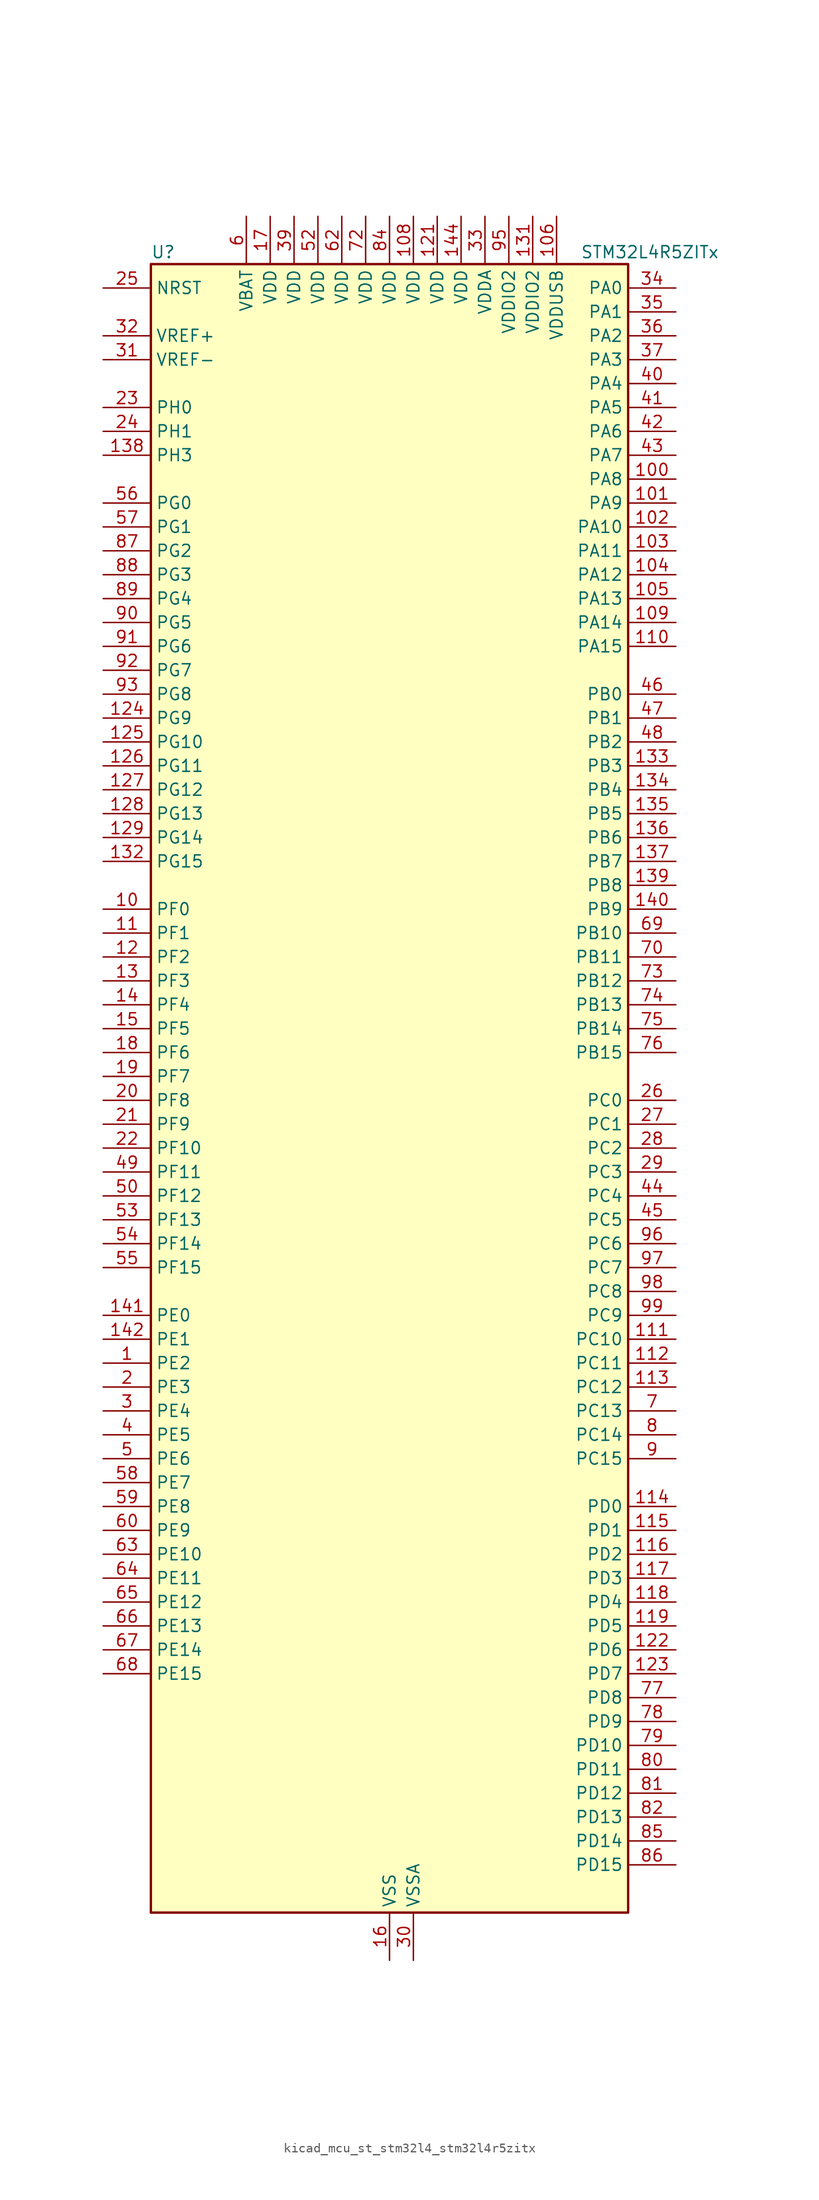
<source format=kicad_sym>
(kicad_symbol_lib
  (version 20220914)
  (generator kicad_symbol_editor)
  (symbol "kicad_mcu_st_stm32l4_stm32l4r5zitx"
    (property "Reference" "U"
      (at -25.4 90.17 0)
      (effects (font (size 1.27 1.27)) (justify left)))
    (property "Value" "STM32L4R5ZITx"
      (at 20.32 90.17 0)
      (effects (font (size 1.27 1.27)) (justify left)))
    (property "ki_locked" ""
      (at 0 0 0)
      (effects (font (size 1.27 1.27))))
    (symbol "kicad_mcu_st_stm32l4_stm32l4r5zitx_0_1"
      (rectangle (start -25.4 -86.36) (end 25.4 88.9) (stroke (width 0.254) (type default)) (fill (type background))))
    (symbol "kicad_mcu_st_stm32l4_stm32l4r5zitx_1_1"
      (pin bidirectional line (at -30.48 -27.94 0) (length 5.08) (name "PE2" (effects (font (size 1.27 1.27)))) (number "1" (effects (font (size 1.27 1.27)))) (alternate "FMC_A23" bidirectional line) (alternate "SAI1_CK1" bidirectional line) (alternate "SAI1_MCLK_A" bidirectional line) (alternate "SYS_TRACECLK" bidirectional line) (alternate "TIM3_ETR" bidirectional line) (alternate "TSC_G7_IO1" bidirectional line))
      (pin bidirectional line (at -30.48 20.32 0) (length 5.08) (name "PF0" (effects (font (size 1.27 1.27)))) (number "10" (effects (font (size 1.27 1.27)))) (alternate "FMC_A0" bidirectional line) (alternate "I2C2_SDA" bidirectional line) (alternate "OCTOSPIM_P2_IO0" bidirectional line))
      (pin bidirectional line (at 30.48 66.04 180) (length 5.08) (name "PA8" (effects (font (size 1.27 1.27)))) (number "100" (effects (font (size 1.27 1.27)))) (alternate "LPTIM2_OUT" bidirectional line) (alternate "RCC_MCO" bidirectional line) (alternate "SAI1_CK2" bidirectional line) (alternate "SAI1_SCK_A" bidirectional line) (alternate "TIM1_CH1" bidirectional line) (alternate "USART1_CK" bidirectional line) (alternate "USB_OTG_FS_SOF" bidirectional line))
      (pin bidirectional line (at 30.48 63.5 180) (length 5.08) (name "PA9" (effects (font (size 1.27 1.27)))) (number "101" (effects (font (size 1.27 1.27)))) (alternate "DAC1_EXTI9" bidirectional line) (alternate "DCMI_D0" bidirectional line) (alternate "SAI1_FS_A" bidirectional line) (alternate "SPI2_SCK" bidirectional line) (alternate "TIM15_BKIN" bidirectional line) (alternate "TIM1_CH2" bidirectional line) (alternate "USART1_TX" bidirectional line) (alternate "USB_OTG_FS_VBUS" bidirectional line))
      (pin bidirectional line (at 30.48 60.96 180) (length 5.08) (name "PA10" (effects (font (size 1.27 1.27)))) (number "102" (effects (font (size 1.27 1.27)))) (alternate "DCMI_D1" bidirectional line) (alternate "SAI1_D1" bidirectional line) (alternate "SAI1_SD_A" bidirectional line) (alternate "TIM17_BKIN" bidirectional line) (alternate "TIM1_CH3" bidirectional line) (alternate "USART1_RX" bidirectional line) (alternate "USB_OTG_FS_ID" bidirectional line))
      (pin bidirectional line (at 30.48 58.42 180) (length 5.08) (name "PA11" (effects (font (size 1.27 1.27)))) (number "103" (effects (font (size 1.27 1.27)))) (alternate "ADC1_EXTI11" bidirectional line) (alternate "CAN1_RX" bidirectional line) (alternate "SPI1_MISO" bidirectional line) (alternate "TIM1_BKIN2" bidirectional line) (alternate "TIM1_CH4" bidirectional line) (alternate "USART1_CTS" bidirectional line) (alternate "USART1_NSS" bidirectional line) (alternate "USB_OTG_FS_DM" bidirectional line))
      (pin bidirectional line (at 30.48 55.88 180) (length 5.08) (name "PA12" (effects (font (size 1.27 1.27)))) (number "104" (effects (font (size 1.27 1.27)))) (alternate "CAN1_TX" bidirectional line) (alternate "SPI1_MOSI" bidirectional line) (alternate "TIM1_ETR" bidirectional line) (alternate "USART1_DE" bidirectional line) (alternate "USART1_RTS" bidirectional line) (alternate "USB_OTG_FS_DP" bidirectional line))
      (pin bidirectional line (at 30.48 53.34 180) (length 5.08) (name "PA13" (effects (font (size 1.27 1.27)))) (number "105" (effects (font (size 1.27 1.27)))) (alternate "IR_OUT" bidirectional line) (alternate "SAI1_SD_B" bidirectional line) (alternate "SYS_JTMS-SWDIO" bidirectional line) (alternate "USB_OTG_FS_NOE" bidirectional line))
      (pin power_in line (at 17.78 93.98 270) (length 5.08) (name "VDDUSB" (effects (font (size 1.27 1.27)))) (number "106" (effects (font (size 1.27 1.27)))))
      (pin passive line (at 0 -91.44 90) (length 5.08) hide (name "VSS" (effects (font (size 1.27 1.27)))) (number "107" (effects (font (size 1.27 1.27)))))
      (pin power_in line (at 2.54 93.98 270) (length 5.08) (name "VDD" (effects (font (size 1.27 1.27)))) (number "108" (effects (font (size 1.27 1.27)))))
      (pin bidirectional line (at 30.48 50.8 180) (length 5.08) (name "PA14" (effects (font (size 1.27 1.27)))) (number "109" (effects (font (size 1.27 1.27)))) (alternate "I2C1_SMBA" bidirectional line) (alternate "I2C4_SMBA" bidirectional line) (alternate "LPTIM1_OUT" bidirectional line) (alternate "SAI1_FS_B" bidirectional line) (alternate "SYS_JTCK-SWCLK" bidirectional line) (alternate "USB_OTG_FS_SOF" bidirectional line))
      (pin bidirectional line (at -30.48 17.78 0) (length 5.08) (name "PF1" (effects (font (size 1.27 1.27)))) (number "11" (effects (font (size 1.27 1.27)))) (alternate "FMC_A1" bidirectional line) (alternate "I2C2_SCL" bidirectional line) (alternate "OCTOSPIM_P2_IO1" bidirectional line))
      (pin bidirectional line (at 30.48 48.26 180) (length 5.08) (name "PA15" (effects (font (size 1.27 1.27)))) (number "110" (effects (font (size 1.27 1.27)))) (alternate "ADC1_EXTI15" bidirectional line) (alternate "SAI2_FS_B" bidirectional line) (alternate "SPI1_NSS" bidirectional line) (alternate "SPI3_NSS" bidirectional line) (alternate "SYS_JTDI" bidirectional line) (alternate "TIM2_CH1" bidirectional line) (alternate "TIM2_ETR" bidirectional line) (alternate "TSC_G3_IO1" bidirectional line) (alternate "UART4_DE" bidirectional line) (alternate "UART4_RTS" bidirectional line) (alternate "USART2_RX" bidirectional line) (alternate "USART3_DE" bidirectional line) (alternate "USART3_RTS" bidirectional line))
      (pin bidirectional line (at 30.48 -25.4 180) (length 5.08) (name "PC10" (effects (font (size 1.27 1.27)))) (number "111" (effects (font (size 1.27 1.27)))) (alternate "DCMI_D8" bidirectional line) (alternate "SAI2_SCK_B" bidirectional line) (alternate "SDMMC1_D2" bidirectional line) (alternate "SPI3_SCK" bidirectional line) (alternate "SYS_TRACED1" bidirectional line) (alternate "TSC_G3_IO2" bidirectional line) (alternate "UART4_TX" bidirectional line) (alternate "USART3_TX" bidirectional line))
      (pin bidirectional line (at 30.48 -27.94 180) (length 5.08) (name "PC11" (effects (font (size 1.27 1.27)))) (number "112" (effects (font (size 1.27 1.27)))) (alternate "ADC1_EXTI11" bidirectional line) (alternate "DCMI_D2" bidirectional line) (alternate "DCMI_D4" bidirectional line) (alternate "OCTOSPIM_P1_NCS" bidirectional line) (alternate "SAI2_MCLK_B" bidirectional line) (alternate "SDMMC1_D3" bidirectional line) (alternate "SPI3_MISO" bidirectional line) (alternate "TSC_G3_IO3" bidirectional line) (alternate "UART4_RX" bidirectional line) (alternate "USART3_RX" bidirectional line))
      (pin bidirectional line (at 30.48 -30.48 180) (length 5.08) (name "PC12" (effects (font (size 1.27 1.27)))) (number "113" (effects (font (size 1.27 1.27)))) (alternate "DCMI_D9" bidirectional line) (alternate "SAI2_SD_B" bidirectional line) (alternate "SDMMC1_CK" bidirectional line) (alternate "SPI3_MOSI" bidirectional line) (alternate "SYS_TRACED3" bidirectional line) (alternate "TSC_G3_IO4" bidirectional line) (alternate "UART5_TX" bidirectional line) (alternate "USART3_CK" bidirectional line))
      (pin bidirectional line (at 30.48 -43.18 180) (length 5.08) (name "PD0" (effects (font (size 1.27 1.27)))) (number "114" (effects (font (size 1.27 1.27)))) (alternate "CAN1_RX" bidirectional line) (alternate "DFSDM1_DATIN7" bidirectional line) (alternate "FMC_D2" bidirectional line) (alternate "FMC_DA2" bidirectional line) (alternate "SPI2_NSS" bidirectional line))
      (pin bidirectional line (at 30.48 -45.72 180) (length 5.08) (name "PD1" (effects (font (size 1.27 1.27)))) (number "115" (effects (font (size 1.27 1.27)))) (alternate "CAN1_TX" bidirectional line) (alternate "DFSDM1_CKIN7" bidirectional line) (alternate "FMC_D3" bidirectional line) (alternate "FMC_DA3" bidirectional line) (alternate "SPI2_SCK" bidirectional line))
      (pin bidirectional line (at 30.48 -48.26 180) (length 5.08) (name "PD2" (effects (font (size 1.27 1.27)))) (number "116" (effects (font (size 1.27 1.27)))) (alternate "DCMI_D11" bidirectional line) (alternate "SDMMC1_CMD" bidirectional line) (alternate "SYS_TRACED2" bidirectional line) (alternate "TIM3_ETR" bidirectional line) (alternate "TSC_SYNC" bidirectional line) (alternate "UART5_RX" bidirectional line) (alternate "USART3_DE" bidirectional line) (alternate "USART3_RTS" bidirectional line))
      (pin bidirectional line (at 30.48 -50.8 180) (length 5.08) (name "PD3" (effects (font (size 1.27 1.27)))) (number "117" (effects (font (size 1.27 1.27)))) (alternate "DCMI_D5" bidirectional line) (alternate "DFSDM1_DATIN0" bidirectional line) (alternate "FMC_CLK" bidirectional line) (alternate "OCTOSPIM_P2_NCS" bidirectional line) (alternate "SPI2_MISO" bidirectional line) (alternate "SPI2_SCK" bidirectional line) (alternate "USART2_CTS" bidirectional line) (alternate "USART2_NSS" bidirectional line))
      (pin bidirectional line (at 30.48 -53.34 180) (length 5.08) (name "PD4" (effects (font (size 1.27 1.27)))) (number "118" (effects (font (size 1.27 1.27)))) (alternate "DFSDM1_CKIN0" bidirectional line) (alternate "FMC_NOE" bidirectional line) (alternate "OCTOSPIM_P1_IO4" bidirectional line) (alternate "SPI2_MOSI" bidirectional line) (alternate "USART2_DE" bidirectional line) (alternate "USART2_RTS" bidirectional line))
      (pin bidirectional line (at 30.48 -55.88 180) (length 5.08) (name "PD5" (effects (font (size 1.27 1.27)))) (number "119" (effects (font (size 1.27 1.27)))) (alternate "FMC_NWE" bidirectional line) (alternate "OCTOSPIM_P1_IO5" bidirectional line) (alternate "USART2_TX" bidirectional line))
      (pin bidirectional line (at -30.48 15.24 0) (length 5.08) (name "PF2" (effects (font (size 1.27 1.27)))) (number "12" (effects (font (size 1.27 1.27)))) (alternate "FMC_A2" bidirectional line) (alternate "I2C2_SMBA" bidirectional line) (alternate "OCTOSPIM_P2_IO2" bidirectional line))
      (pin passive line (at 0 -91.44 90) (length 5.08) hide (name "VSS" (effects (font (size 1.27 1.27)))) (number "120" (effects (font (size 1.27 1.27)))))
      (pin power_in line (at 5.08 93.98 270) (length 5.08) (name "VDD" (effects (font (size 1.27 1.27)))) (number "121" (effects (font (size 1.27 1.27)))))
      (pin bidirectional line (at 30.48 -58.42 180) (length 5.08) (name "PD6" (effects (font (size 1.27 1.27)))) (number "122" (effects (font (size 1.27 1.27)))) (alternate "DCMI_D10" bidirectional line) (alternate "DFSDM1_DATIN1" bidirectional line) (alternate "FMC_NWAIT" bidirectional line) (alternate "OCTOSPIM_P1_IO6" bidirectional line) (alternate "SAI1_D1" bidirectional line) (alternate "SAI1_SD_A" bidirectional line) (alternate "SPI3_MOSI" bidirectional line) (alternate "USART2_RX" bidirectional line))
      (pin bidirectional line (at 30.48 -60.96 180) (length 5.08) (name "PD7" (effects (font (size 1.27 1.27)))) (number "123" (effects (font (size 1.27 1.27)))) (alternate "DFSDM1_CKIN1" bidirectional line) (alternate "FMC_NCE" bidirectional line) (alternate "FMC_NE1" bidirectional line) (alternate "OCTOSPIM_P1_IO7" bidirectional line) (alternate "USART2_CK" bidirectional line))
      (pin bidirectional line (at -30.48 40.64 0) (length 5.08) (name "PG9" (effects (font (size 1.27 1.27)))) (number "124" (effects (font (size 1.27 1.27)))) (alternate "DAC1_EXTI9" bidirectional line) (alternate "FMC_NCE" bidirectional line) (alternate "FMC_NE2" bidirectional line) (alternate "OCTOSPIM_P2_IO6" bidirectional line) (alternate "SAI2_SCK_A" bidirectional line) (alternate "SPI3_SCK" bidirectional line) (alternate "TIM15_CH1N" bidirectional line) (alternate "USART1_TX" bidirectional line))
      (pin bidirectional line (at -30.48 38.1 0) (length 5.08) (name "PG10" (effects (font (size 1.27 1.27)))) (number "125" (effects (font (size 1.27 1.27)))) (alternate "FMC_NE3" bidirectional line) (alternate "LPTIM1_IN1" bidirectional line) (alternate "OCTOSPIM_P2_IO7" bidirectional line) (alternate "SAI2_FS_A" bidirectional line) (alternate "SPI3_MISO" bidirectional line) (alternate "TIM15_CH1" bidirectional line) (alternate "USART1_RX" bidirectional line))
      (pin bidirectional line (at -30.48 35.56 0) (length 5.08) (name "PG11" (effects (font (size 1.27 1.27)))) (number "126" (effects (font (size 1.27 1.27)))) (alternate "ADC1_EXTI11" bidirectional line) (alternate "LPTIM1_IN2" bidirectional line) (alternate "OCTOSPIM_P1_IO5" bidirectional line) (alternate "SAI2_MCLK_A" bidirectional line) (alternate "SPI3_MOSI" bidirectional line) (alternate "TIM15_CH2" bidirectional line) (alternate "USART1_CTS" bidirectional line) (alternate "USART1_NSS" bidirectional line))
      (pin bidirectional line (at -30.48 33.02 0) (length 5.08) (name "PG12" (effects (font (size 1.27 1.27)))) (number "127" (effects (font (size 1.27 1.27)))) (alternate "FMC_NE4" bidirectional line) (alternate "LPTIM1_ETR" bidirectional line) (alternate "OCTOSPIM_P2_NCS" bidirectional line) (alternate "SAI2_SD_A" bidirectional line) (alternate "SPI3_NSS" bidirectional line) (alternate "USART1_DE" bidirectional line) (alternate "USART1_RTS" bidirectional line))
      (pin bidirectional line (at -30.48 30.48 0) (length 5.08) (name "PG13" (effects (font (size 1.27 1.27)))) (number "128" (effects (font (size 1.27 1.27)))) (alternate "FMC_A24" bidirectional line) (alternate "I2C1_SDA" bidirectional line) (alternate "USART1_CK" bidirectional line))
      (pin bidirectional line (at -30.48 27.94 0) (length 5.08) (name "PG14" (effects (font (size 1.27 1.27)))) (number "129" (effects (font (size 1.27 1.27)))) (alternate "FMC_A25" bidirectional line) (alternate "I2C1_SCL" bidirectional line))
      (pin bidirectional line (at -30.48 12.7 0) (length 5.08) (name "PF3" (effects (font (size 1.27 1.27)))) (number "13" (effects (font (size 1.27 1.27)))) (alternate "FMC_A3" bidirectional line) (alternate "OCTOSPIM_P2_IO3" bidirectional line))
      (pin passive line (at 0 -91.44 90) (length 5.08) hide (name "VSS" (effects (font (size 1.27 1.27)))) (number "130" (effects (font (size 1.27 1.27)))))
      (pin power_in line (at 15.24 93.98 270) (length 5.08) (name "VDDIO2" (effects (font (size 1.27 1.27)))) (number "131" (effects (font (size 1.27 1.27)))))
      (pin bidirectional line (at -30.48 25.4 0) (length 5.08) (name "PG15" (effects (font (size 1.27 1.27)))) (number "132" (effects (font (size 1.27 1.27)))) (alternate "ADC1_EXTI15" bidirectional line) (alternate "DCMI_D13" bidirectional line) (alternate "I2C1_SMBA" bidirectional line) (alternate "LPTIM1_OUT" bidirectional line) (alternate "OCTOSPIM_P2_DQS" bidirectional line))
      (pin bidirectional line (at 30.48 35.56 180) (length 5.08) (name "PB3" (effects (font (size 1.27 1.27)))) (number "133" (effects (font (size 1.27 1.27)))) (alternate "COMP2_INM" bidirectional line) (alternate "CRS_SYNC" bidirectional line) (alternate "SAI1_SCK_B" bidirectional line) (alternate "SPI1_SCK" bidirectional line) (alternate "SPI3_SCK" bidirectional line) (alternate "SYS_JTDO-SWO" bidirectional line) (alternate "TIM2_CH2" bidirectional line) (alternate "USART1_DE" bidirectional line) (alternate "USART1_RTS" bidirectional line))
      (pin bidirectional line (at 30.48 33.02 180) (length 5.08) (name "PB4" (effects (font (size 1.27 1.27)))) (number "134" (effects (font (size 1.27 1.27)))) (alternate "COMP2_INP" bidirectional line) (alternate "DCMI_D12" bidirectional line) (alternate "I2C3_SDA" bidirectional line) (alternate "SAI1_MCLK_B" bidirectional line) (alternate "SPI1_MISO" bidirectional line) (alternate "SPI3_MISO" bidirectional line) (alternate "SYS_JTRST" bidirectional line) (alternate "TIM17_BKIN" bidirectional line) (alternate "TIM3_CH1" bidirectional line) (alternate "TSC_G2_IO1" bidirectional line) (alternate "UART5_DE" bidirectional line) (alternate "UART5_RTS" bidirectional line) (alternate "USART1_CTS" bidirectional line) (alternate "USART1_NSS" bidirectional line))
      (pin bidirectional line (at 30.48 30.48 180) (length 5.08) (name "PB5" (effects (font (size 1.27 1.27)))) (number "135" (effects (font (size 1.27 1.27)))) (alternate "COMP2_OUT" bidirectional line) (alternate "DCMI_D10" bidirectional line) (alternate "I2C1_SMBA" bidirectional line) (alternate "LPTIM1_IN1" bidirectional line) (alternate "SAI1_SD_B" bidirectional line) (alternate "SPI1_MOSI" bidirectional line) (alternate "SPI3_MOSI" bidirectional line) (alternate "TIM16_BKIN" bidirectional line) (alternate "TIM3_CH2" bidirectional line) (alternate "TSC_G2_IO2" bidirectional line) (alternate "UART5_CTS" bidirectional line) (alternate "USART1_CK" bidirectional line))
      (pin bidirectional line (at 30.48 27.94 180) (length 5.08) (name "PB6" (effects (font (size 1.27 1.27)))) (number "136" (effects (font (size 1.27 1.27)))) (alternate "COMP2_INP" bidirectional line) (alternate "DCMI_D5" bidirectional line) (alternate "DFSDM1_DATIN5" bidirectional line) (alternate "I2C1_SCL" bidirectional line) (alternate "I2C4_SCL" bidirectional line) (alternate "LPTIM1_ETR" bidirectional line) (alternate "SAI1_FS_B" bidirectional line) (alternate "TIM16_CH1N" bidirectional line) (alternate "TIM4_CH1" bidirectional line) (alternate "TIM8_BKIN2" bidirectional line) (alternate "TSC_G2_IO3" bidirectional line) (alternate "USART1_TX" bidirectional line))
      (pin bidirectional line (at 30.48 25.4 180) (length 5.08) (name "PB7" (effects (font (size 1.27 1.27)))) (number "137" (effects (font (size 1.27 1.27)))) (alternate "COMP2_INM" bidirectional line) (alternate "DCMI_VSYNC" bidirectional line) (alternate "DFSDM1_CKIN5" bidirectional line) (alternate "FMC_NL" bidirectional line) (alternate "I2C1_SDA" bidirectional line) (alternate "I2C4_SDA" bidirectional line) (alternate "LPTIM1_IN2" bidirectional line) (alternate "SYS_PVD_IN" bidirectional line) (alternate "TIM17_CH1N" bidirectional line) (alternate "TIM4_CH2" bidirectional line) (alternate "TIM8_BKIN" bidirectional line) (alternate "TSC_G2_IO4" bidirectional line) (alternate "UART4_CTS" bidirectional line) (alternate "USART1_RX" bidirectional line))
      (pin bidirectional line (at -30.48 68.58 0) (length 5.08) (name "PH3" (effects (font (size 1.27 1.27)))) (number "138" (effects (font (size 1.27 1.27)))))
      (pin bidirectional line (at 30.48 22.86 180) (length 5.08) (name "PB8" (effects (font (size 1.27 1.27)))) (number "139" (effects (font (size 1.27 1.27)))) (alternate "CAN1_RX" bidirectional line) (alternate "DCMI_D6" bidirectional line) (alternate "DFSDM1_CKOUT" bidirectional line) (alternate "DFSDM1_DATIN6" bidirectional line) (alternate "I2C1_SCL" bidirectional line) (alternate "SAI1_CK1" bidirectional line) (alternate "SAI1_MCLK_A" bidirectional line) (alternate "SDMMC1_CKIN" bidirectional line) (alternate "SDMMC1_D4" bidirectional line) (alternate "TIM16_CH1" bidirectional line) (alternate "TIM4_CH3" bidirectional line))
      (pin bidirectional line (at -30.48 10.16 0) (length 5.08) (name "PF4" (effects (font (size 1.27 1.27)))) (number "14" (effects (font (size 1.27 1.27)))) (alternate "FMC_A4" bidirectional line) (alternate "OCTOSPIM_P2_CLK" bidirectional line))
      (pin bidirectional line (at 30.48 20.32 180) (length 5.08) (name "PB9" (effects (font (size 1.27 1.27)))) (number "140" (effects (font (size 1.27 1.27)))) (alternate "CAN1_TX" bidirectional line) (alternate "DAC1_EXTI9" bidirectional line) (alternate "DCMI_D7" bidirectional line) (alternate "DFSDM1_CKIN6" bidirectional line) (alternate "I2C1_SDA" bidirectional line) (alternate "IR_OUT" bidirectional line) (alternate "SAI1_D2" bidirectional line) (alternate "SAI1_FS_A" bidirectional line) (alternate "SDMMC1_CDIR" bidirectional line) (alternate "SDMMC1_D5" bidirectional line) (alternate "SPI2_NSS" bidirectional line) (alternate "TIM17_CH1" bidirectional line) (alternate "TIM4_CH4" bidirectional line))
      (pin bidirectional line (at -30.48 -22.86 0) (length 5.08) (name "PE0" (effects (font (size 1.27 1.27)))) (number "141" (effects (font (size 1.27 1.27)))) (alternate "DCMI_D2" bidirectional line) (alternate "FMC_NBL0" bidirectional line) (alternate "TIM16_CH1" bidirectional line) (alternate "TIM4_ETR" bidirectional line))
      (pin bidirectional line (at -30.48 -25.4 0) (length 5.08) (name "PE1" (effects (font (size 1.27 1.27)))) (number "142" (effects (font (size 1.27 1.27)))) (alternate "DCMI_D3" bidirectional line) (alternate "FMC_NBL1" bidirectional line) (alternate "TIM17_CH1" bidirectional line))
      (pin passive line (at 0 -91.44 90) (length 5.08) hide (name "VSS" (effects (font (size 1.27 1.27)))) (number "143" (effects (font (size 1.27 1.27)))))
      (pin power_in line (at 7.62 93.98 270) (length 5.08) (name "VDD" (effects (font (size 1.27 1.27)))) (number "144" (effects (font (size 1.27 1.27)))))
      (pin bidirectional line (at -30.48 7.62 0) (length 5.08) (name "PF5" (effects (font (size 1.27 1.27)))) (number "15" (effects (font (size 1.27 1.27)))) (alternate "FMC_A5" bidirectional line))
      (pin power_in line (at 0 -91.44 90) (length 5.08) (name "VSS" (effects (font (size 1.27 1.27)))) (number "16" (effects (font (size 1.27 1.27)))))
      (pin power_in line (at -12.7 93.98 270) (length 5.08) (name "VDD" (effects (font (size 1.27 1.27)))) (number "17" (effects (font (size 1.27 1.27)))))
      (pin bidirectional line (at -30.48 5.08 0) (length 5.08) (name "PF6" (effects (font (size 1.27 1.27)))) (number "18" (effects (font (size 1.27 1.27)))) (alternate "OCTOSPIM_P1_IO3" bidirectional line) (alternate "SAI1_SD_B" bidirectional line) (alternate "TIM5_CH1" bidirectional line) (alternate "TIM5_ETR" bidirectional line))
      (pin bidirectional line (at -30.48 2.54 0) (length 5.08) (name "PF7" (effects (font (size 1.27 1.27)))) (number "19" (effects (font (size 1.27 1.27)))) (alternate "OCTOSPIM_P1_IO2" bidirectional line) (alternate "SAI1_MCLK_B" bidirectional line) (alternate "TIM5_CH2" bidirectional line))
      (pin bidirectional line (at -30.48 -30.48 0) (length 5.08) (name "PE3" (effects (font (size 1.27 1.27)))) (number "2" (effects (font (size 1.27 1.27)))) (alternate "FMC_A19" bidirectional line) (alternate "OCTOSPIM_P1_DQS" bidirectional line) (alternate "SAI1_SD_B" bidirectional line) (alternate "SYS_TRACED0" bidirectional line) (alternate "TIM3_CH1" bidirectional line) (alternate "TSC_G7_IO2" bidirectional line))
      (pin bidirectional line (at -30.48 0 0) (length 5.08) (name "PF8" (effects (font (size 1.27 1.27)))) (number "20" (effects (font (size 1.27 1.27)))) (alternate "OCTOSPIM_P1_IO0" bidirectional line) (alternate "SAI1_SCK_B" bidirectional line) (alternate "TIM5_CH3" bidirectional line))
      (pin bidirectional line (at -30.48 -2.54 0) (length 5.08) (name "PF9" (effects (font (size 1.27 1.27)))) (number "21" (effects (font (size 1.27 1.27)))) (alternate "DAC1_EXTI9" bidirectional line) (alternate "OCTOSPIM_P1_IO1" bidirectional line) (alternate "SAI1_FS_B" bidirectional line) (alternate "TIM15_CH1" bidirectional line) (alternate "TIM5_CH4" bidirectional line))
      (pin bidirectional line (at -30.48 -5.08 0) (length 5.08) (name "PF10" (effects (font (size 1.27 1.27)))) (number "22" (effects (font (size 1.27 1.27)))) (alternate "DCMI_D11" bidirectional line) (alternate "DFSDM1_CKOUT" bidirectional line) (alternate "OCTOSPIM_P1_CLK" bidirectional line) (alternate "SAI1_D3" bidirectional line) (alternate "TIM15_CH2" bidirectional line))
      (pin bidirectional line (at -30.48 73.66 0) (length 5.08) (name "PH0" (effects (font (size 1.27 1.27)))) (number "23" (effects (font (size 1.27 1.27)))) (alternate "RCC_OSC_IN" bidirectional line))
      (pin bidirectional line (at -30.48 71.12 0) (length 5.08) (name "PH1" (effects (font (size 1.27 1.27)))) (number "24" (effects (font (size 1.27 1.27)))) (alternate "RCC_OSC_OUT" bidirectional line))
      (pin input line (at -30.48 86.36 0) (length 5.08) (name "NRST" (effects (font (size 1.27 1.27)))) (number "25" (effects (font (size 1.27 1.27)))))
      (pin bidirectional line (at 30.48 0 180) (length 5.08) (name "PC0" (effects (font (size 1.27 1.27)))) (number "26" (effects (font (size 1.27 1.27)))) (alternate "ADC1_IN1" bidirectional line) (alternate "DFSDM1_DATIN4" bidirectional line) (alternate "I2C3_SCL" bidirectional line) (alternate "LPTIM1_IN1" bidirectional line) (alternate "LPTIM2_IN1" bidirectional line) (alternate "LPUART1_RX" bidirectional line) (alternate "SAI2_FS_A" bidirectional line))
      (pin bidirectional line (at 30.48 -2.54 180) (length 5.08) (name "PC1" (effects (font (size 1.27 1.27)))) (number "27" (effects (font (size 1.27 1.27)))) (alternate "ADC1_IN2" bidirectional line) (alternate "DFSDM1_CKIN4" bidirectional line) (alternate "I2C3_SDA" bidirectional line) (alternate "LPTIM1_OUT" bidirectional line) (alternate "LPUART1_TX" bidirectional line) (alternate "OCTOSPIM_P1_IO4" bidirectional line) (alternate "SAI1_SD_A" bidirectional line) (alternate "SPI2_MOSI" bidirectional line) (alternate "SYS_TRACED0" bidirectional line))
      (pin bidirectional line (at 30.48 -5.08 180) (length 5.08) (name "PC2" (effects (font (size 1.27 1.27)))) (number "28" (effects (font (size 1.27 1.27)))) (alternate "ADC1_IN3" bidirectional line) (alternate "DFSDM1_CKOUT" bidirectional line) (alternate "LPTIM1_IN2" bidirectional line) (alternate "OCTOSPIM_P1_IO5" bidirectional line) (alternate "SPI2_MISO" bidirectional line))
      (pin bidirectional line (at 30.48 -7.62 180) (length 5.08) (name "PC3" (effects (font (size 1.27 1.27)))) (number "29" (effects (font (size 1.27 1.27)))) (alternate "ADC1_IN4" bidirectional line) (alternate "LPTIM1_ETR" bidirectional line) (alternate "LPTIM2_ETR" bidirectional line) (alternate "OCTOSPIM_P1_IO6" bidirectional line) (alternate "SAI1_D1" bidirectional line) (alternate "SAI1_SD_A" bidirectional line) (alternate "SPI2_MOSI" bidirectional line))
      (pin bidirectional line (at -30.48 -33.02 0) (length 5.08) (name "PE4" (effects (font (size 1.27 1.27)))) (number "3" (effects (font (size 1.27 1.27)))) (alternate "DCMI_D4" bidirectional line) (alternate "DFSDM1_DATIN3" bidirectional line) (alternate "FMC_A20" bidirectional line) (alternate "SAI1_D2" bidirectional line) (alternate "SAI1_FS_A" bidirectional line) (alternate "SYS_TRACED1" bidirectional line) (alternate "TIM3_CH2" bidirectional line) (alternate "TSC_G7_IO3" bidirectional line))
      (pin power_in line (at 2.54 -91.44 90) (length 5.08) (name "VSSA" (effects (font (size 1.27 1.27)))) (number "30" (effects (font (size 1.27 1.27)))))
      (pin input line (at -30.48 78.74 0) (length 5.08) (name "VREF-" (effects (font (size 1.27 1.27)))) (number "31" (effects (font (size 1.27 1.27)))))
      (pin input line (at -30.48 81.28 0) (length 5.08) (name "VREF+" (effects (font (size 1.27 1.27)))) (number "32" (effects (font (size 1.27 1.27)))) (alternate "VREFBUF_OUT" bidirectional line))
      (pin power_in line (at 10.16 93.98 270) (length 5.08) (name "VDDA" (effects (font (size 1.27 1.27)))) (number "33" (effects (font (size 1.27 1.27)))))
      (pin bidirectional line (at 30.48 86.36 180) (length 5.08) (name "PA0" (effects (font (size 1.27 1.27)))) (number "34" (effects (font (size 1.27 1.27)))) (alternate "ADC1_IN5" bidirectional line) (alternate "OPAMP1_VINP" bidirectional line) (alternate "RTC_TAMP2" bidirectional line) (alternate "SAI1_EXTCLK" bidirectional line) (alternate "SYS_WKUP1" bidirectional line) (alternate "TIM2_CH1" bidirectional line) (alternate "TIM2_ETR" bidirectional line) (alternate "TIM5_CH1" bidirectional line) (alternate "TIM8_ETR" bidirectional line) (alternate "UART4_TX" bidirectional line) (alternate "USART2_CTS" bidirectional line) (alternate "USART2_NSS" bidirectional line))
      (pin bidirectional line (at 30.48 83.82 180) (length 5.08) (name "PA1" (effects (font (size 1.27 1.27)))) (number "35" (effects (font (size 1.27 1.27)))) (alternate "ADC1_IN6" bidirectional line) (alternate "I2C1_SMBA" bidirectional line) (alternate "OCTOSPIM_P1_DQS" bidirectional line) (alternate "OPAMP1_VINM" bidirectional line) (alternate "SPI1_SCK" bidirectional line) (alternate "TIM15_CH1N" bidirectional line) (alternate "TIM2_CH2" bidirectional line) (alternate "TIM5_CH2" bidirectional line) (alternate "UART4_RX" bidirectional line) (alternate "USART2_DE" bidirectional line) (alternate "USART2_RTS" bidirectional line))
      (pin bidirectional line (at 30.48 81.28 180) (length 5.08) (name "PA2" (effects (font (size 1.27 1.27)))) (number "36" (effects (font (size 1.27 1.27)))) (alternate "ADC1_IN7" bidirectional line) (alternate "LPUART1_TX" bidirectional line) (alternate "OCTOSPIM_P1_NCS" bidirectional line) (alternate "RCC_LSCO" bidirectional line) (alternate "SAI2_EXTCLK" bidirectional line) (alternate "SYS_WKUP4" bidirectional line) (alternate "TIM15_CH1" bidirectional line) (alternate "TIM2_CH3" bidirectional line) (alternate "TIM5_CH3" bidirectional line) (alternate "USART2_TX" bidirectional line))
      (pin bidirectional line (at 30.48 78.74 180) (length 5.08) (name "PA3" (effects (font (size 1.27 1.27)))) (number "37" (effects (font (size 1.27 1.27)))) (alternate "ADC1_IN8" bidirectional line) (alternate "LPUART1_RX" bidirectional line) (alternate "OCTOSPIM_P1_CLK" bidirectional line) (alternate "OPAMP1_VOUT" bidirectional line) (alternate "SAI1_CK1" bidirectional line) (alternate "SAI1_MCLK_A" bidirectional line) (alternate "TIM15_CH2" bidirectional line) (alternate "TIM2_CH4" bidirectional line) (alternate "TIM5_CH4" bidirectional line) (alternate "USART2_RX" bidirectional line))
      (pin passive line (at 0 -91.44 90) (length 5.08) hide (name "VSS" (effects (font (size 1.27 1.27)))) (number "38" (effects (font (size 1.27 1.27)))))
      (pin power_in line (at -10.16 93.98 270) (length 5.08) (name "VDD" (effects (font (size 1.27 1.27)))) (number "39" (effects (font (size 1.27 1.27)))))
      (pin bidirectional line (at -30.48 -35.56 0) (length 5.08) (name "PE5" (effects (font (size 1.27 1.27)))) (number "4" (effects (font (size 1.27 1.27)))) (alternate "DCMI_D6" bidirectional line) (alternate "DFSDM1_CKIN3" bidirectional line) (alternate "FMC_A21" bidirectional line) (alternate "SAI1_CK2" bidirectional line) (alternate "SAI1_SCK_A" bidirectional line) (alternate "SYS_TRACED2" bidirectional line) (alternate "TIM3_CH3" bidirectional line) (alternate "TSC_G7_IO4" bidirectional line))
      (pin bidirectional line (at 30.48 76.2 180) (length 5.08) (name "PA4" (effects (font (size 1.27 1.27)))) (number "40" (effects (font (size 1.27 1.27)))) (alternate "ADC1_IN9" bidirectional line) (alternate "DAC1_OUT1" bidirectional line) (alternate "DCMI_HSYNC" bidirectional line) (alternate "LPTIM2_OUT" bidirectional line) (alternate "OCTOSPIM_P1_NCS" bidirectional line) (alternate "SAI1_FS_B" bidirectional line) (alternate "SPI1_NSS" bidirectional line) (alternate "SPI3_NSS" bidirectional line) (alternate "USART2_CK" bidirectional line))
      (pin bidirectional line (at 30.48 73.66 180) (length 5.08) (name "PA5" (effects (font (size 1.27 1.27)))) (number "41" (effects (font (size 1.27 1.27)))) (alternate "ADC1_IN10" bidirectional line) (alternate "DAC1_OUT2" bidirectional line) (alternate "LPTIM2_ETR" bidirectional line) (alternate "SPI1_SCK" bidirectional line) (alternate "TIM2_CH1" bidirectional line) (alternate "TIM2_ETR" bidirectional line) (alternate "TIM8_CH1N" bidirectional line))
      (pin bidirectional line (at 30.48 71.12 180) (length 5.08) (name "PA6" (effects (font (size 1.27 1.27)))) (number "42" (effects (font (size 1.27 1.27)))) (alternate "ADC1_IN11" bidirectional line) (alternate "DCMI_PIXCLK" bidirectional line) (alternate "LPUART1_CTS" bidirectional line) (alternate "OCTOSPIM_P1_IO3" bidirectional line) (alternate "OPAMP2_VINP" bidirectional line) (alternate "SPI1_MISO" bidirectional line) (alternate "TIM16_CH1" bidirectional line) (alternate "TIM1_BKIN" bidirectional line) (alternate "TIM3_CH1" bidirectional line) (alternate "TIM8_BKIN" bidirectional line) (alternate "USART3_CTS" bidirectional line) (alternate "USART3_NSS" bidirectional line))
      (pin bidirectional line (at 30.48 68.58 180) (length 5.08) (name "PA7" (effects (font (size 1.27 1.27)))) (number "43" (effects (font (size 1.27 1.27)))) (alternate "ADC1_IN12" bidirectional line) (alternate "I2C3_SCL" bidirectional line) (alternate "OCTOSPIM_P1_IO2" bidirectional line) (alternate "OPAMP2_VINM" bidirectional line) (alternate "SPI1_MOSI" bidirectional line) (alternate "TIM17_CH1" bidirectional line) (alternate "TIM1_CH1N" bidirectional line) (alternate "TIM3_CH2" bidirectional line) (alternate "TIM8_CH1N" bidirectional line))
      (pin bidirectional line (at 30.48 -10.16 180) (length 5.08) (name "PC4" (effects (font (size 1.27 1.27)))) (number "44" (effects (font (size 1.27 1.27)))) (alternate "ADC1_IN13" bidirectional line) (alternate "COMP1_INM" bidirectional line) (alternate "OCTOSPIM_P1_IO7" bidirectional line) (alternate "USART3_TX" bidirectional line))
      (pin bidirectional line (at 30.48 -12.7 180) (length 5.08) (name "PC5" (effects (font (size 1.27 1.27)))) (number "45" (effects (font (size 1.27 1.27)))) (alternate "ADC1_IN14" bidirectional line) (alternate "COMP1_INP" bidirectional line) (alternate "SAI1_D3" bidirectional line) (alternate "SYS_WKUP5" bidirectional line) (alternate "USART3_RX" bidirectional line))
      (pin bidirectional line (at 30.48 43.18 180) (length 5.08) (name "PB0" (effects (font (size 1.27 1.27)))) (number "46" (effects (font (size 1.27 1.27)))) (alternate "ADC1_IN15" bidirectional line) (alternate "COMP1_OUT" bidirectional line) (alternate "OCTOSPIM_P1_IO1" bidirectional line) (alternate "OPAMP2_VOUT" bidirectional line) (alternate "SAI1_EXTCLK" bidirectional line) (alternate "SPI1_NSS" bidirectional line) (alternate "TIM1_CH2N" bidirectional line) (alternate "TIM3_CH3" bidirectional line) (alternate "TIM8_CH2N" bidirectional line) (alternate "USART3_CK" bidirectional line))
      (pin bidirectional line (at 30.48 40.64 180) (length 5.08) (name "PB1" (effects (font (size 1.27 1.27)))) (number "47" (effects (font (size 1.27 1.27)))) (alternate "ADC1_IN16" bidirectional line) (alternate "COMP1_INM" bidirectional line) (alternate "DFSDM1_DATIN0" bidirectional line) (alternate "LPTIM2_IN1" bidirectional line) (alternate "LPUART1_DE" bidirectional line) (alternate "LPUART1_RTS" bidirectional line) (alternate "OCTOSPIM_P1_IO0" bidirectional line) (alternate "TIM1_CH3N" bidirectional line) (alternate "TIM3_CH4" bidirectional line) (alternate "TIM8_CH3N" bidirectional line) (alternate "USART3_DE" bidirectional line) (alternate "USART3_RTS" bidirectional line))
      (pin bidirectional line (at 30.48 38.1 180) (length 5.08) (name "PB2" (effects (font (size 1.27 1.27)))) (number "48" (effects (font (size 1.27 1.27)))) (alternate "COMP1_INP" bidirectional line) (alternate "DFSDM1_CKIN0" bidirectional line) (alternate "I2C3_SMBA" bidirectional line) (alternate "LPTIM1_OUT" bidirectional line) (alternate "OCTOSPIM_P1_DQS" bidirectional line) (alternate "RTC_OUT_ALARM" bidirectional line) (alternate "RTC_OUT_CALIB" bidirectional line))
      (pin bidirectional line (at -30.48 -7.62 0) (length 5.08) (name "PF11" (effects (font (size 1.27 1.27)))) (number "49" (effects (font (size 1.27 1.27)))) (alternate "ADC1_EXTI11" bidirectional line) (alternate "DCMI_D12" bidirectional line))
      (pin bidirectional line (at -30.48 -38.1 0) (length 5.08) (name "PE6" (effects (font (size 1.27 1.27)))) (number "5" (effects (font (size 1.27 1.27)))) (alternate "DCMI_D7" bidirectional line) (alternate "FMC_A22" bidirectional line) (alternate "RTC_TAMP3" bidirectional line) (alternate "SAI1_D1" bidirectional line) (alternate "SAI1_SD_A" bidirectional line) (alternate "SYS_TRACED3" bidirectional line) (alternate "SYS_WKUP3" bidirectional line) (alternate "TIM3_CH4" bidirectional line))
      (pin bidirectional line (at -30.48 -10.16 0) (length 5.08) (name "PF12" (effects (font (size 1.27 1.27)))) (number "50" (effects (font (size 1.27 1.27)))) (alternate "FMC_A6" bidirectional line) (alternate "OCTOSPIM_P2_DQS" bidirectional line))
      (pin passive line (at 0 -91.44 90) (length 5.08) hide (name "VSS" (effects (font (size 1.27 1.27)))) (number "51" (effects (font (size 1.27 1.27)))))
      (pin power_in line (at -7.62 93.98 270) (length 5.08) (name "VDD" (effects (font (size 1.27 1.27)))) (number "52" (effects (font (size 1.27 1.27)))))
      (pin bidirectional line (at -30.48 -12.7 0) (length 5.08) (name "PF13" (effects (font (size 1.27 1.27)))) (number "53" (effects (font (size 1.27 1.27)))) (alternate "DFSDM1_DATIN6" bidirectional line) (alternate "FMC_A7" bidirectional line) (alternate "I2C4_SMBA" bidirectional line))
      (pin bidirectional line (at -30.48 -15.24 0) (length 5.08) (name "PF14" (effects (font (size 1.27 1.27)))) (number "54" (effects (font (size 1.27 1.27)))) (alternate "DFSDM1_CKIN6" bidirectional line) (alternate "FMC_A8" bidirectional line) (alternate "I2C4_SCL" bidirectional line) (alternate "TSC_G8_IO1" bidirectional line))
      (pin bidirectional line (at -30.48 -17.78 0) (length 5.08) (name "PF15" (effects (font (size 1.27 1.27)))) (number "55" (effects (font (size 1.27 1.27)))) (alternate "ADC1_EXTI15" bidirectional line) (alternate "FMC_A9" bidirectional line) (alternate "I2C4_SDA" bidirectional line) (alternate "TSC_G8_IO2" bidirectional line))
      (pin bidirectional line (at -30.48 63.5 0) (length 5.08) (name "PG0" (effects (font (size 1.27 1.27)))) (number "56" (effects (font (size 1.27 1.27)))) (alternate "FMC_A10" bidirectional line) (alternate "OCTOSPIM_P2_IO4" bidirectional line) (alternate "TSC_G8_IO3" bidirectional line))
      (pin bidirectional line (at -30.48 60.96 0) (length 5.08) (name "PG1" (effects (font (size 1.27 1.27)))) (number "57" (effects (font (size 1.27 1.27)))) (alternate "FMC_A11" bidirectional line) (alternate "OCTOSPIM_P2_IO5" bidirectional line) (alternate "TSC_G8_IO4" bidirectional line))
      (pin bidirectional line (at -30.48 -40.64 0) (length 5.08) (name "PE7" (effects (font (size 1.27 1.27)))) (number "58" (effects (font (size 1.27 1.27)))) (alternate "DFSDM1_DATIN2" bidirectional line) (alternate "FMC_D4" bidirectional line) (alternate "FMC_DA4" bidirectional line) (alternate "SAI1_SD_B" bidirectional line) (alternate "TIM1_ETR" bidirectional line))
      (pin bidirectional line (at -30.48 -43.18 0) (length 5.08) (name "PE8" (effects (font (size 1.27 1.27)))) (number "59" (effects (font (size 1.27 1.27)))) (alternate "DFSDM1_CKIN2" bidirectional line) (alternate "FMC_D5" bidirectional line) (alternate "FMC_DA5" bidirectional line) (alternate "SAI1_SCK_B" bidirectional line) (alternate "TIM1_CH1N" bidirectional line))
      (pin power_in line (at -15.24 93.98 270) (length 5.08) (name "VBAT" (effects (font (size 1.27 1.27)))) (number "6" (effects (font (size 1.27 1.27)))))
      (pin bidirectional line (at -30.48 -45.72 0) (length 5.08) (name "PE9" (effects (font (size 1.27 1.27)))) (number "60" (effects (font (size 1.27 1.27)))) (alternate "DAC1_EXTI9" bidirectional line) (alternate "DFSDM1_CKOUT" bidirectional line) (alternate "FMC_D6" bidirectional line) (alternate "FMC_DA6" bidirectional line) (alternate "SAI1_FS_B" bidirectional line) (alternate "TIM1_CH1" bidirectional line))
      (pin passive line (at 0 -91.44 90) (length 5.08) hide (name "VSS" (effects (font (size 1.27 1.27)))) (number "61" (effects (font (size 1.27 1.27)))))
      (pin power_in line (at -5.08 93.98 270) (length 5.08) (name "VDD" (effects (font (size 1.27 1.27)))) (number "62" (effects (font (size 1.27 1.27)))))
      (pin bidirectional line (at -30.48 -48.26 0) (length 5.08) (name "PE10" (effects (font (size 1.27 1.27)))) (number "63" (effects (font (size 1.27 1.27)))) (alternate "DFSDM1_DATIN4" bidirectional line) (alternate "FMC_D7" bidirectional line) (alternate "FMC_DA7" bidirectional line) (alternate "OCTOSPIM_P1_CLK" bidirectional line) (alternate "SAI1_MCLK_B" bidirectional line) (alternate "TIM1_CH2N" bidirectional line) (alternate "TSC_G5_IO1" bidirectional line))
      (pin bidirectional line (at -30.48 -50.8 0) (length 5.08) (name "PE11" (effects (font (size 1.27 1.27)))) (number "64" (effects (font (size 1.27 1.27)))) (alternate "ADC1_EXTI11" bidirectional line) (alternate "DFSDM1_CKIN4" bidirectional line) (alternate "FMC_D8" bidirectional line) (alternate "FMC_DA8" bidirectional line) (alternate "OCTOSPIM_P1_NCS" bidirectional line) (alternate "TIM1_CH2" bidirectional line) (alternate "TSC_G5_IO2" bidirectional line))
      (pin bidirectional line (at -30.48 -53.34 0) (length 5.08) (name "PE12" (effects (font (size 1.27 1.27)))) (number "65" (effects (font (size 1.27 1.27)))) (alternate "DFSDM1_DATIN5" bidirectional line) (alternate "FMC_D9" bidirectional line) (alternate "FMC_DA9" bidirectional line) (alternate "OCTOSPIM_P1_IO0" bidirectional line) (alternate "SPI1_NSS" bidirectional line) (alternate "TIM1_CH3N" bidirectional line) (alternate "TSC_G5_IO3" bidirectional line))
      (pin bidirectional line (at -30.48 -55.88 0) (length 5.08) (name "PE13" (effects (font (size 1.27 1.27)))) (number "66" (effects (font (size 1.27 1.27)))) (alternate "DFSDM1_CKIN5" bidirectional line) (alternate "FMC_D10" bidirectional line) (alternate "FMC_DA10" bidirectional line) (alternate "OCTOSPIM_P1_IO1" bidirectional line) (alternate "SPI1_SCK" bidirectional line) (alternate "TIM1_CH3" bidirectional line) (alternate "TSC_G5_IO4" bidirectional line))
      (pin bidirectional line (at -30.48 -58.42 0) (length 5.08) (name "PE14" (effects (font (size 1.27 1.27)))) (number "67" (effects (font (size 1.27 1.27)))) (alternate "FMC_D11" bidirectional line) (alternate "FMC_DA11" bidirectional line) (alternate "OCTOSPIM_P1_IO2" bidirectional line) (alternate "SPI1_MISO" bidirectional line) (alternate "TIM1_BKIN2" bidirectional line) (alternate "TIM1_CH4" bidirectional line))
      (pin bidirectional line (at -30.48 -60.96 0) (length 5.08) (name "PE15" (effects (font (size 1.27 1.27)))) (number "68" (effects (font (size 1.27 1.27)))) (alternate "ADC1_EXTI15" bidirectional line) (alternate "FMC_D12" bidirectional line) (alternate "FMC_DA12" bidirectional line) (alternate "OCTOSPIM_P1_IO3" bidirectional line) (alternate "SPI1_MOSI" bidirectional line) (alternate "TIM1_BKIN" bidirectional line))
      (pin bidirectional line (at 30.48 17.78 180) (length 5.08) (name "PB10" (effects (font (size 1.27 1.27)))) (number "69" (effects (font (size 1.27 1.27)))) (alternate "COMP1_OUT" bidirectional line) (alternate "DFSDM1_DATIN7" bidirectional line) (alternate "I2C2_SCL" bidirectional line) (alternate "I2C4_SCL" bidirectional line) (alternate "LPUART1_RX" bidirectional line) (alternate "OCTOSPIM_P1_CLK" bidirectional line) (alternate "SAI1_SCK_A" bidirectional line) (alternate "SPI2_SCK" bidirectional line) (alternate "TIM2_CH3" bidirectional line) (alternate "TSC_SYNC" bidirectional line) (alternate "USART3_TX" bidirectional line))
      (pin bidirectional line (at 30.48 -33.02 180) (length 5.08) (name "PC13" (effects (font (size 1.27 1.27)))) (number "7" (effects (font (size 1.27 1.27)))) (alternate "RTC_OUT_ALARM" bidirectional line) (alternate "RTC_OUT_CALIB" bidirectional line) (alternate "RTC_TAMP1" bidirectional line) (alternate "RTC_TS" bidirectional line) (alternate "SYS_WKUP2" bidirectional line))
      (pin bidirectional line (at 30.48 15.24 180) (length 5.08) (name "PB11" (effects (font (size 1.27 1.27)))) (number "70" (effects (font (size 1.27 1.27)))) (alternate "ADC1_EXTI11" bidirectional line) (alternate "COMP2_OUT" bidirectional line) (alternate "DFSDM1_CKIN7" bidirectional line) (alternate "I2C2_SDA" bidirectional line) (alternate "I2C4_SDA" bidirectional line) (alternate "LPUART1_TX" bidirectional line) (alternate "OCTOSPIM_P1_NCS" bidirectional line) (alternate "TIM2_CH4" bidirectional line) (alternate "USART3_RX" bidirectional line))
      (pin passive line (at 0 -91.44 90) (length 5.08) hide (name "VSS" (effects (font (size 1.27 1.27)))) (number "71" (effects (font (size 1.27 1.27)))))
      (pin power_in line (at -2.54 93.98 270) (length 5.08) (name "VDD" (effects (font (size 1.27 1.27)))) (number "72" (effects (font (size 1.27 1.27)))))
      (pin bidirectional line (at 30.48 12.7 180) (length 5.08) (name "PB12" (effects (font (size 1.27 1.27)))) (number "73" (effects (font (size 1.27 1.27)))) (alternate "DFSDM1_DATIN1" bidirectional line) (alternate "I2C2_SMBA" bidirectional line) (alternate "LPUART1_DE" bidirectional line) (alternate "LPUART1_RTS" bidirectional line) (alternate "SAI2_FS_A" bidirectional line) (alternate "SPI2_NSS" bidirectional line) (alternate "TIM15_BKIN" bidirectional line) (alternate "TIM1_BKIN" bidirectional line) (alternate "TSC_G1_IO1" bidirectional line) (alternate "USART3_CK" bidirectional line))
      (pin bidirectional line (at 30.48 10.16 180) (length 5.08) (name "PB13" (effects (font (size 1.27 1.27)))) (number "74" (effects (font (size 1.27 1.27)))) (alternate "DFSDM1_CKIN1" bidirectional line) (alternate "I2C2_SCL" bidirectional line) (alternate "LPUART1_CTS" bidirectional line) (alternate "SAI2_SCK_A" bidirectional line) (alternate "SPI2_SCK" bidirectional line) (alternate "TIM15_CH1N" bidirectional line) (alternate "TIM1_CH1N" bidirectional line) (alternate "TSC_G1_IO2" bidirectional line) (alternate "USART3_CTS" bidirectional line) (alternate "USART3_NSS" bidirectional line))
      (pin bidirectional line (at 30.48 7.62 180) (length 5.08) (name "PB14" (effects (font (size 1.27 1.27)))) (number "75" (effects (font (size 1.27 1.27)))) (alternate "DFSDM1_DATIN2" bidirectional line) (alternate "I2C2_SDA" bidirectional line) (alternate "SAI2_MCLK_A" bidirectional line) (alternate "SPI2_MISO" bidirectional line) (alternate "TIM15_CH1" bidirectional line) (alternate "TIM1_CH2N" bidirectional line) (alternate "TIM8_CH2N" bidirectional line) (alternate "TSC_G1_IO3" bidirectional line) (alternate "USART3_DE" bidirectional line) (alternate "USART3_RTS" bidirectional line))
      (pin bidirectional line (at 30.48 5.08 180) (length 5.08) (name "PB15" (effects (font (size 1.27 1.27)))) (number "76" (effects (font (size 1.27 1.27)))) (alternate "ADC1_EXTI15" bidirectional line) (alternate "DFSDM1_CKIN2" bidirectional line) (alternate "RTC_REFIN" bidirectional line) (alternate "SAI2_SD_A" bidirectional line) (alternate "SPI2_MOSI" bidirectional line) (alternate "TIM15_CH2" bidirectional line) (alternate "TIM1_CH3N" bidirectional line) (alternate "TIM8_CH3N" bidirectional line) (alternate "TSC_G1_IO4" bidirectional line))
      (pin bidirectional line (at 30.48 -63.5 180) (length 5.08) (name "PD8" (effects (font (size 1.27 1.27)))) (number "77" (effects (font (size 1.27 1.27)))) (alternate "DCMI_HSYNC" bidirectional line) (alternate "FMC_D13" bidirectional line) (alternate "FMC_DA13" bidirectional line) (alternate "USART3_TX" bidirectional line))
      (pin bidirectional line (at 30.48 -66.04 180) (length 5.08) (name "PD9" (effects (font (size 1.27 1.27)))) (number "78" (effects (font (size 1.27 1.27)))) (alternate "DAC1_EXTI9" bidirectional line) (alternate "DCMI_PIXCLK" bidirectional line) (alternate "FMC_D14" bidirectional line) (alternate "FMC_DA14" bidirectional line) (alternate "SAI2_MCLK_A" bidirectional line) (alternate "USART3_RX" bidirectional line))
      (pin bidirectional line (at 30.48 -68.58 180) (length 5.08) (name "PD10" (effects (font (size 1.27 1.27)))) (number "79" (effects (font (size 1.27 1.27)))) (alternate "FMC_D15" bidirectional line) (alternate "FMC_DA15" bidirectional line) (alternate "SAI2_SCK_A" bidirectional line) (alternate "TSC_G6_IO1" bidirectional line) (alternate "USART3_CK" bidirectional line))
      (pin bidirectional line (at 30.48 -35.56 180) (length 5.08) (name "PC14" (effects (font (size 1.27 1.27)))) (number "8" (effects (font (size 1.27 1.27)))) (alternate "RCC_OSC32_IN" bidirectional line))
      (pin bidirectional line (at 30.48 -71.12 180) (length 5.08) (name "PD11" (effects (font (size 1.27 1.27)))) (number "80" (effects (font (size 1.27 1.27)))) (alternate "ADC1_EXTI11" bidirectional line) (alternate "FMC_A16" bidirectional line) (alternate "FMC_CLE" bidirectional line) (alternate "I2C4_SMBA" bidirectional line) (alternate "LPTIM2_ETR" bidirectional line) (alternate "SAI2_SD_A" bidirectional line) (alternate "TSC_G6_IO2" bidirectional line) (alternate "USART3_CTS" bidirectional line) (alternate "USART3_NSS" bidirectional line))
      (pin bidirectional line (at 30.48 -73.66 180) (length 5.08) (name "PD12" (effects (font (size 1.27 1.27)))) (number "81" (effects (font (size 1.27 1.27)))) (alternate "FMC_A17" bidirectional line) (alternate "FMC_ALE" bidirectional line) (alternate "I2C4_SCL" bidirectional line) (alternate "LPTIM2_IN1" bidirectional line) (alternate "SAI2_FS_A" bidirectional line) (alternate "TIM4_CH1" bidirectional line) (alternate "TSC_G6_IO3" bidirectional line) (alternate "USART3_DE" bidirectional line) (alternate "USART3_RTS" bidirectional line))
      (pin bidirectional line (at 30.48 -76.2 180) (length 5.08) (name "PD13" (effects (font (size 1.27 1.27)))) (number "82" (effects (font (size 1.27 1.27)))) (alternate "FMC_A18" bidirectional line) (alternate "I2C4_SDA" bidirectional line) (alternate "LPTIM2_OUT" bidirectional line) (alternate "TIM4_CH2" bidirectional line) (alternate "TSC_G6_IO4" bidirectional line))
      (pin passive line (at 0 -91.44 90) (length 5.08) hide (name "VSS" (effects (font (size 1.27 1.27)))) (number "83" (effects (font (size 1.27 1.27)))))
      (pin power_in line (at 0 93.98 270) (length 5.08) (name "VDD" (effects (font (size 1.27 1.27)))) (number "84" (effects (font (size 1.27 1.27)))))
      (pin bidirectional line (at 30.48 -78.74 180) (length 5.08) (name "PD14" (effects (font (size 1.27 1.27)))) (number "85" (effects (font (size 1.27 1.27)))) (alternate "FMC_D0" bidirectional line) (alternate "FMC_DA0" bidirectional line) (alternate "TIM4_CH3" bidirectional line))
      (pin bidirectional line (at 30.48 -81.28 180) (length 5.08) (name "PD15" (effects (font (size 1.27 1.27)))) (number "86" (effects (font (size 1.27 1.27)))) (alternate "ADC1_EXTI15" bidirectional line) (alternate "FMC_D1" bidirectional line) (alternate "FMC_DA1" bidirectional line) (alternate "TIM4_CH4" bidirectional line))
      (pin bidirectional line (at -30.48 58.42 0) (length 5.08) (name "PG2" (effects (font (size 1.27 1.27)))) (number "87" (effects (font (size 1.27 1.27)))) (alternate "FMC_A12" bidirectional line) (alternate "SAI2_SCK_B" bidirectional line) (alternate "SPI1_SCK" bidirectional line))
      (pin bidirectional line (at -30.48 55.88 0) (length 5.08) (name "PG3" (effects (font (size 1.27 1.27)))) (number "88" (effects (font (size 1.27 1.27)))) (alternate "FMC_A13" bidirectional line) (alternate "SAI2_FS_B" bidirectional line) (alternate "SPI1_MISO" bidirectional line))
      (pin bidirectional line (at -30.48 53.34 0) (length 5.08) (name "PG4" (effects (font (size 1.27 1.27)))) (number "89" (effects (font (size 1.27 1.27)))) (alternate "FMC_A14" bidirectional line) (alternate "SAI2_MCLK_B" bidirectional line) (alternate "SPI1_MOSI" bidirectional line))
      (pin bidirectional line (at 30.48 -38.1 180) (length 5.08) (name "PC15" (effects (font (size 1.27 1.27)))) (number "9" (effects (font (size 1.27 1.27)))) (alternate "ADC1_EXTI15" bidirectional line) (alternate "RCC_OSC32_OUT" bidirectional line))
      (pin bidirectional line (at -30.48 50.8 0) (length 5.08) (name "PG5" (effects (font (size 1.27 1.27)))) (number "90" (effects (font (size 1.27 1.27)))) (alternate "FMC_A15" bidirectional line) (alternate "LPUART1_CTS" bidirectional line) (alternate "SAI2_SD_B" bidirectional line) (alternate "SPI1_NSS" bidirectional line))
      (pin bidirectional line (at -30.48 48.26 0) (length 5.08) (name "PG6" (effects (font (size 1.27 1.27)))) (number "91" (effects (font (size 1.27 1.27)))) (alternate "I2C3_SMBA" bidirectional line) (alternate "LPUART1_DE" bidirectional line) (alternate "LPUART1_RTS" bidirectional line) (alternate "OCTOSPIM_P1_DQS" bidirectional line))
      (pin bidirectional line (at -30.48 45.72 0) (length 5.08) (name "PG7" (effects (font (size 1.27 1.27)))) (number "92" (effects (font (size 1.27 1.27)))) (alternate "DFSDM1_CKOUT" bidirectional line) (alternate "FMC_INT" bidirectional line) (alternate "I2C3_SCL" bidirectional line) (alternate "LPUART1_TX" bidirectional line) (alternate "OCTOSPIM_P2_DQS" bidirectional line) (alternate "SAI1_CK1" bidirectional line) (alternate "SAI1_MCLK_A" bidirectional line))
      (pin bidirectional line (at -30.48 43.18 0) (length 5.08) (name "PG8" (effects (font (size 1.27 1.27)))) (number "93" (effects (font (size 1.27 1.27)))) (alternate "I2C3_SDA" bidirectional line) (alternate "LPUART1_RX" bidirectional line))
      (pin passive line (at 0 -91.44 90) (length 5.08) hide (name "VSS" (effects (font (size 1.27 1.27)))) (number "94" (effects (font (size 1.27 1.27)))))
      (pin power_in line (at 12.7 93.98 270) (length 5.08) (name "VDDIO2" (effects (font (size 1.27 1.27)))) (number "95" (effects (font (size 1.27 1.27)))))
      (pin bidirectional line (at 30.48 -15.24 180) (length 5.08) (name "PC6" (effects (font (size 1.27 1.27)))) (number "96" (effects (font (size 1.27 1.27)))) (alternate "DCMI_D0" bidirectional line) (alternate "DFSDM1_CKIN3" bidirectional line) (alternate "SAI2_MCLK_A" bidirectional line) (alternate "SDMMC1_D0DIR" bidirectional line) (alternate "SDMMC1_D6" bidirectional line) (alternate "TIM3_CH1" bidirectional line) (alternate "TIM8_CH1" bidirectional line) (alternate "TSC_G4_IO1" bidirectional line))
      (pin bidirectional line (at 30.48 -17.78 180) (length 5.08) (name "PC7" (effects (font (size 1.27 1.27)))) (number "97" (effects (font (size 1.27 1.27)))) (alternate "DCMI_D1" bidirectional line) (alternate "DFSDM1_DATIN3" bidirectional line) (alternate "SAI2_MCLK_B" bidirectional line) (alternate "SDMMC1_D123DIR" bidirectional line) (alternate "SDMMC1_D7" bidirectional line) (alternate "TIM3_CH2" bidirectional line) (alternate "TIM8_CH2" bidirectional line) (alternate "TSC_G4_IO2" bidirectional line))
      (pin bidirectional line (at 30.48 -20.32 180) (length 5.08) (name "PC8" (effects (font (size 1.27 1.27)))) (number "98" (effects (font (size 1.27 1.27)))) (alternate "DCMI_D2" bidirectional line) (alternate "SDMMC1_D0" bidirectional line) (alternate "TIM3_CH3" bidirectional line) (alternate "TIM8_CH3" bidirectional line) (alternate "TSC_G4_IO3" bidirectional line))
      (pin bidirectional line (at 30.48 -22.86 180) (length 5.08) (name "PC9" (effects (font (size 1.27 1.27)))) (number "99" (effects (font (size 1.27 1.27)))) (alternate "DAC1_EXTI9" bidirectional line) (alternate "DCMI_D3" bidirectional line) (alternate "I2C3_SDA" bidirectional line) (alternate "SAI2_EXTCLK" bidirectional line) (alternate "SDMMC1_D1" bidirectional line) (alternate "SYS_TRACED0" bidirectional line) (alternate "TIM3_CH4" bidirectional line) (alternate "TIM8_BKIN2" bidirectional line) (alternate "TIM8_CH4" bidirectional line) (alternate "TSC_G4_IO4" bidirectional line) (alternate "USB_OTG_FS_NOE" bidirectional line)))))
</source>
